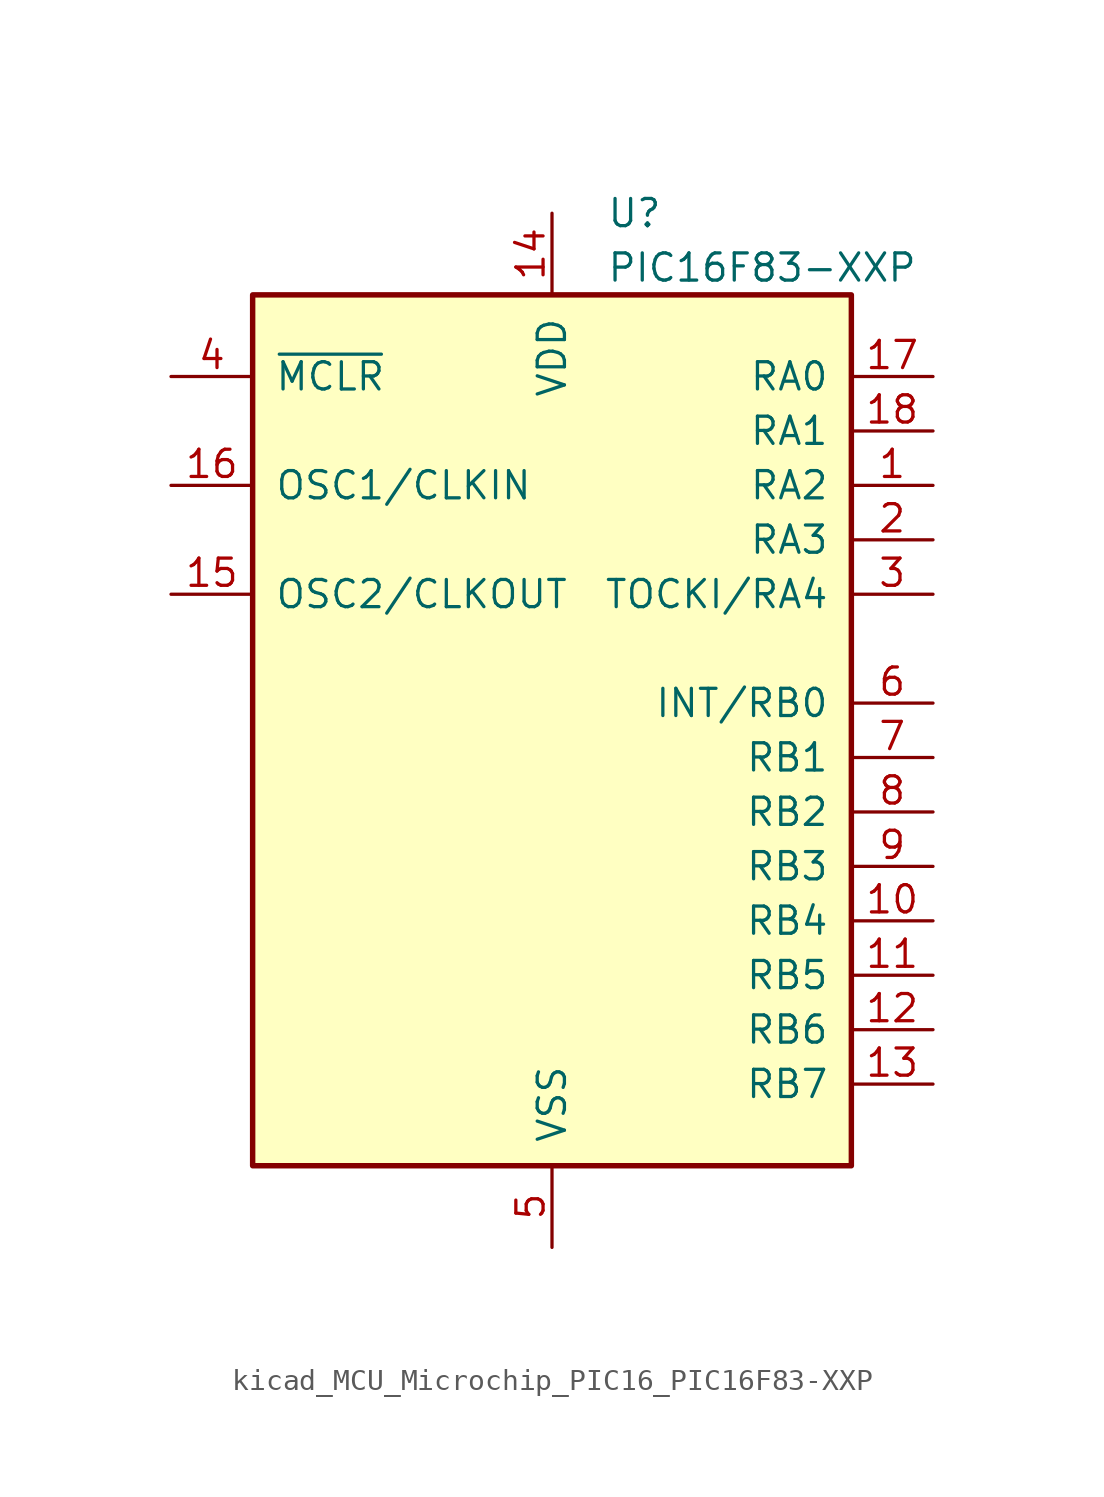
<source format=kicad_sym>
(kicad_symbol_lib
  (version 20220914)
  (generator kicad_symbol_editor)
  (symbol "kicad_MCU_Microchip_PIC16_PIC16F83-XXP"
    (pin_names
      (offset 1.016))
    (property "Reference" "U"
      (at 2.54 22.86 0)
      (effects (font (size 1.27 1.27)) (justify left)))
    (property "Value" "PIC16F83-XXP"
      (at 2.54 20.32 0)
      (effects (font (size 1.27 1.27)) (justify left)))
    (symbol "kicad_MCU_Microchip_PIC16_PIC16F83-XXP_0_1"
      (rectangle (start -13.97 19.05) (end 13.97 -21.59) (stroke (width 0.254) (type default)) (fill (type background))))
    (symbol "kicad_MCU_Microchip_PIC16_PIC16F83-XXP_1_1"
      (pin bidirectional line (at 17.78 10.16 180) (length 3.81) (name "RA2" (effects (font (size 1.27 1.27)))) (number "1" (effects (font (size 1.27 1.27)))))
      (pin bidirectional line (at 17.78 -10.16 180) (length 3.81) (name "RB4" (effects (font (size 1.27 1.27)))) (number "10" (effects (font (size 1.27 1.27)))))
      (pin bidirectional line (at 17.78 -12.7 180) (length 3.81) (name "RB5" (effects (font (size 1.27 1.27)))) (number "11" (effects (font (size 1.27 1.27)))))
      (pin bidirectional line (at 17.78 -15.24 180) (length 3.81) (name "RB6" (effects (font (size 1.27 1.27)))) (number "12" (effects (font (size 1.27 1.27)))))
      (pin bidirectional line (at 17.78 -17.78 180) (length 3.81) (name "RB7" (effects (font (size 1.27 1.27)))) (number "13" (effects (font (size 1.27 1.27)))))
      (pin power_in line (at 0 22.86 270) (length 3.81) (name "VDD" (effects (font (size 1.27 1.27)))) (number "14" (effects (font (size 1.27 1.27)))))
      (pin output line (at -17.78 5.08 0) (length 3.81) (name "OSC2/CLKOUT" (effects (font (size 1.27 1.27)))) (number "15" (effects (font (size 1.27 1.27)))))
      (pin input line (at -17.78 10.16 0) (length 3.81) (name "OSC1/CLKIN" (effects (font (size 1.27 1.27)))) (number "16" (effects (font (size 1.27 1.27)))))
      (pin bidirectional line (at 17.78 15.24 180) (length 3.81) (name "RA0" (effects (font (size 1.27 1.27)))) (number "17" (effects (font (size 1.27 1.27)))))
      (pin bidirectional line (at 17.78 12.7 180) (length 3.81) (name "RA1" (effects (font (size 1.27 1.27)))) (number "18" (effects (font (size 1.27 1.27)))))
      (pin bidirectional line (at 17.78 7.62 180) (length 3.81) (name "RA3" (effects (font (size 1.27 1.27)))) (number "2" (effects (font (size 1.27 1.27)))))
      (pin bidirectional line (at 17.78 5.08 180) (length 3.81) (name "TOCKI/RA4" (effects (font (size 1.27 1.27)))) (number "3" (effects (font (size 1.27 1.27)))))
      (pin input line (at -17.78 15.24 0) (length 3.81) (name "~{MCLR}" (effects (font (size 1.27 1.27)))) (number "4" (effects (font (size 1.27 1.27)))))
      (pin power_in line (at 0 -25.4 90) (length 3.81) (name "VSS" (effects (font (size 1.27 1.27)))) (number "5" (effects (font (size 1.27 1.27)))))
      (pin bidirectional line (at 17.78 0 180) (length 3.81) (name "INT/RB0" (effects (font (size 1.27 1.27)))) (number "6" (effects (font (size 1.27 1.27)))))
      (pin bidirectional line (at 17.78 -2.54 180) (length 3.81) (name "RB1" (effects (font (size 1.27 1.27)))) (number "7" (effects (font (size 1.27 1.27)))))
      (pin bidirectional line (at 17.78 -5.08 180) (length 3.81) (name "RB2" (effects (font (size 1.27 1.27)))) (number "8" (effects (font (size 1.27 1.27)))))
      (pin bidirectional line (at 17.78 -7.62 180) (length 3.81) (name "RB3" (effects (font (size 1.27 1.27)))) (number "9" (effects (font (size 1.27 1.27))))))))
</source>
